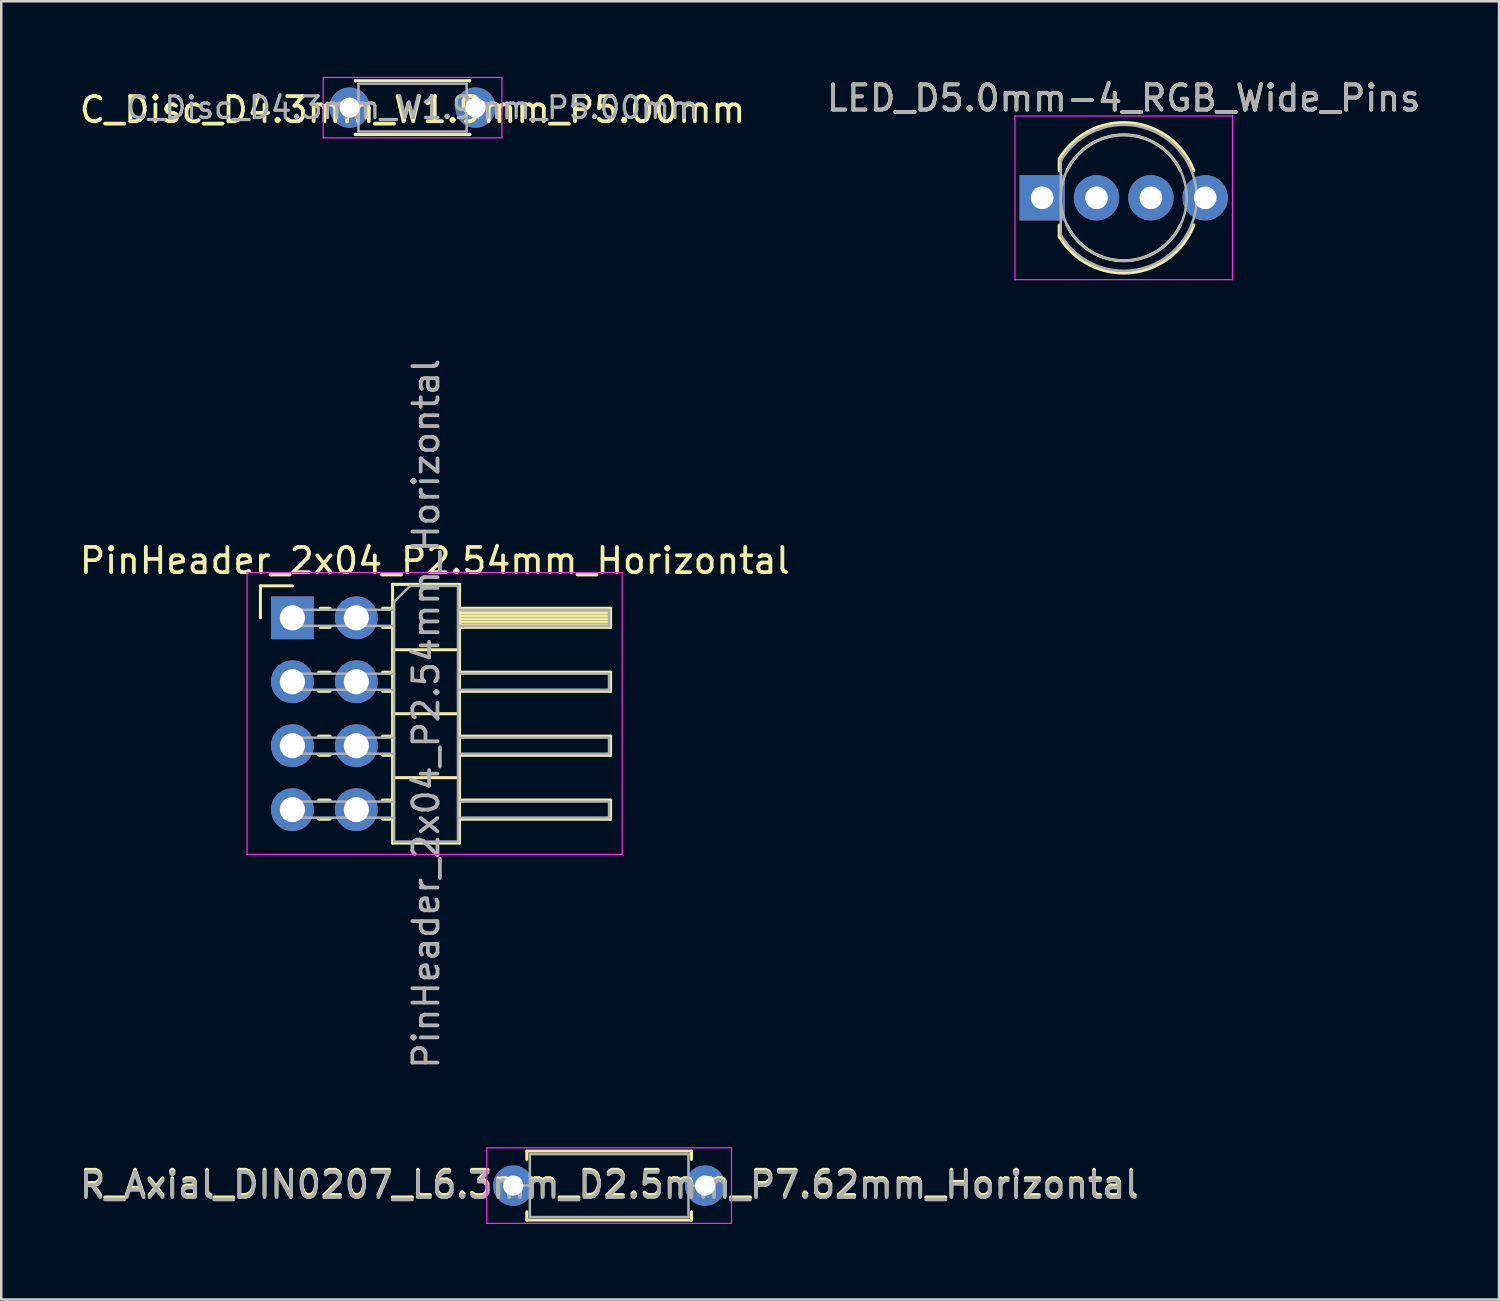
<source format=kicad_pcb>
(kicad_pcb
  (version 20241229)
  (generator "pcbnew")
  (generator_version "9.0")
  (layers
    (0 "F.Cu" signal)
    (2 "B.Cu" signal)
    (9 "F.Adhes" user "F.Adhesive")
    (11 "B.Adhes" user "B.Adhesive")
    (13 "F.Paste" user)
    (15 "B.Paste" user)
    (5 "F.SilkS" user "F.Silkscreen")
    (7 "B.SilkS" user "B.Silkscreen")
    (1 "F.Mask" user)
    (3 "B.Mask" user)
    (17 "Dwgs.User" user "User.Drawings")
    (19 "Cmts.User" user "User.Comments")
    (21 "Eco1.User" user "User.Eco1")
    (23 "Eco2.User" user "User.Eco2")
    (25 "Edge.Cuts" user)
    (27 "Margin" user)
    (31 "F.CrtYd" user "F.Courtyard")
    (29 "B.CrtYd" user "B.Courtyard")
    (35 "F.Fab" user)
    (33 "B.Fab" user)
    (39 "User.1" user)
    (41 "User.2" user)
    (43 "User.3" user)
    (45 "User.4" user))
  (footprint "C_Disc_D4.3mm_W1.9mm_P5.00mm"
    (layer "F.Cu")
    (at 10.839 1.225)
    (property "Reference" "C_Disc_D4.3mm_W1.9mm_P5.00mm" (at 2.5 0.086 180) (layer "F.SilkS") (effects (font (size 1 1) (thickness 0.15))))
    (attr through_hole)
    (fp_line (start 0.23 -1.07) (end 0.23 -1.055) (stroke (width 0.12) (type solid)) (layer "F.SilkS"))
    (fp_line (start 0.23 -1.07) (end 4.77 -1.07) (stroke (width 0.12) (type solid)) (layer "F.SilkS"))
    (fp_line (start 0.23 1.055) (end 0.23 1.07) (stroke (width 0.12) (type solid)) (layer "F.SilkS"))
    (fp_line (start 0.23 1.07) (end 4.77 1.07) (stroke (width 0.12) (type solid)) (layer "F.SilkS"))
    (fp_line (start 4.77 -1.07) (end 4.77 -1.055) (stroke (width 0.12) (type solid)) (layer "F.SilkS"))
    (fp_line (start 4.77 1.055) (end 4.77 1.07) (stroke (width 0.12) (type solid)) (layer "F.SilkS"))
    (fp_line (start -1.05 -1.2) (end -1.05 1.2) (stroke (width 0.05) (type solid)) (layer "F.CrtYd"))
    (fp_line (start -1.05 1.2) (end 6.05 1.2) (stroke (width 0.05) (type solid)) (layer "F.CrtYd"))
    (fp_line (start 6.05 -1.2) (end -1.05 -1.2) (stroke (width 0.05) (type solid)) (layer "F.CrtYd"))
    (fp_line (start 6.05 1.2) (end 6.05 -1.2) (stroke (width 0.05) (type solid)) (layer "F.CrtYd"))
    (fp_line (start 0.35 -0.95) (end 0.35 0.95) (stroke (width 0.1) (type solid)) (layer "F.Fab"))
    (fp_line (start 0.35 0.95) (end 4.65 0.95) (stroke (width 0.1) (type solid)) (layer "F.Fab"))
    (fp_line (start 4.65 -0.95) (end 0.35 -0.95) (stroke (width 0.1) (type solid)) (layer "F.Fab"))
    (fp_line (start 4.65 0.95) (end 4.65 -0.95) (stroke (width 0.1) (type solid)) (layer "F.Fab"))
    (fp_text user "${REFERENCE}" (at 2.5 0 180) (layer "F.Fab") (effects (font (size 0.86 0.86) (thickness 0.129))))
    (pad "1" thru_hole circle (at 0 0) (size 1.6 1.6) (drill 0.8) (layers "*.Cu" "*.Mask"))
    (pad "2" thru_hole circle (at 5 0) (size 1.6 1.6) (drill 0.8) (layers "*.Cu" "*.Mask")))
  (footprint "PinHeader_2x04_P2.54mm_Horizontal"
    (layer "F.Cu")
    (at 8.565 21.493)
    (property "Reference" "PinHeader_2x04_P2.54mm_Horizontal" (at 5.655 -2.27 0) (layer "F.SilkS") (effects (font (size 1 1) (thickness 0.15))))
    (attr through_hole)
    (fp_line (start -1.27 -1.27) (end 0 -1.27) (stroke (width 0.12) (type solid)) (layer "F.SilkS"))
    (fp_line (start -1.27 0) (end -1.27 -1.27) (stroke (width 0.12) (type solid)) (layer "F.SilkS"))
    (fp_line (start 1.043 2.16) (end 1.497 2.16) (stroke (width 0.12) (type solid)) (layer "F.SilkS"))
    (fp_line (start 1.043 2.92) (end 1.497 2.92) (stroke (width 0.12) (type solid)) (layer "F.SilkS"))
    (fp_line (start 1.043 4.7) (end 1.497 4.7) (stroke (width 0.12) (type solid)) (layer "F.SilkS"))
    (fp_line (start 1.043 5.46) (end 1.497 5.46) (stroke (width 0.12) (type solid)) (layer "F.SilkS"))
    (fp_line (start 1.043 7.24) (end 1.497 7.24) (stroke (width 0.12) (type solid)) (layer "F.SilkS"))
    (fp_line (start 1.043 8) (end 1.497 8) (stroke (width 0.12) (type solid)) (layer "F.SilkS"))
    (fp_line (start 1.11 -0.38) (end 1.497 -0.38) (stroke (width 0.12) (type solid)) (layer "F.SilkS"))
    (fp_line (start 1.11 0.38) (end 1.497 0.38) (stroke (width 0.12) (type solid)) (layer "F.SilkS"))
    (fp_line (start 3.583 -0.38) (end 3.98 -0.38) (stroke (width 0.12) (type solid)) (layer "F.SilkS"))
    (fp_line (start 3.583 0.38) (end 3.98 0.38) (stroke (width 0.12) (type solid)) (layer "F.SilkS"))
    (fp_line (start 3.583 2.16) (end 3.98 2.16) (stroke (width 0.12) (type solid)) (layer "F.SilkS"))
    (fp_line (start 3.583 2.92) (end 3.98 2.92) (stroke (width 0.12) (type solid)) (layer "F.SilkS"))
    (fp_line (start 3.583 4.7) (end 3.98 4.7) (stroke (width 0.12) (type solid)) (layer "F.SilkS"))
    (fp_line (start 3.583 5.46) (end 3.98 5.46) (stroke (width 0.12) (type solid)) (layer "F.SilkS"))
    (fp_line (start 3.583 7.24) (end 3.98 7.24) (stroke (width 0.12) (type solid)) (layer "F.SilkS"))
    (fp_line (start 3.583 8) (end 3.98 8) (stroke (width 0.12) (type solid)) (layer "F.SilkS"))
    (fp_line (start 3.98 -1.33) (end 3.98 8.95) (stroke (width 0.12) (type solid)) (layer "F.SilkS"))
    (fp_line (start 3.98 1.27) (end 6.64 1.27) (stroke (width 0.12) (type solid)) (layer "F.SilkS"))
    (fp_line (start 3.98 3.81) (end 6.64 3.81) (stroke (width 0.12) (type solid)) (layer "F.SilkS"))
    (fp_line (start 3.98 6.35) (end 6.64 6.35) (stroke (width 0.12) (type solid)) (layer "F.SilkS"))
    (fp_line (start 3.98 8.95) (end 6.64 8.95) (stroke (width 0.12) (type solid)) (layer "F.SilkS"))
    (fp_line (start 6.64 -1.33) (end 3.98 -1.33) (stroke (width 0.12) (type solid)) (layer "F.SilkS"))
    (fp_line (start 6.64 -0.38) (end 12.64 -0.38) (stroke (width 0.12) (type solid)) (layer "F.SilkS"))
    (fp_line (start 6.64 -0.32) (end 12.64 -0.32) (stroke (width 0.12) (type solid)) (layer "F.SilkS"))
    (fp_line (start 6.64 -0.2) (end 12.64 -0.2) (stroke (width 0.12) (type solid)) (layer "F.SilkS"))
    (fp_line (start 6.64 -0.08) (end 12.64 -0.08) (stroke (width 0.12) (type solid)) (layer "F.SilkS"))
    (fp_line (start 6.64 0.04) (end 12.64 0.04) (stroke (width 0.12) (type solid)) (layer "F.SilkS"))
    (fp_line (start 6.64 0.16) (end 12.64 0.16) (stroke (width 0.12) (type solid)) (layer "F.SilkS"))
    (fp_line (start 6.64 0.28) (end 12.64 0.28) (stroke (width 0.12) (type solid)) (layer "F.SilkS"))
    (fp_line (start 6.64 2.16) (end 12.64 2.16) (stroke (width 0.12) (type solid)) (layer "F.SilkS"))
    (fp_line (start 6.64 4.7) (end 12.64 4.7) (stroke (width 0.12) (type solid)) (layer "F.SilkS"))
    (fp_line (start 6.64 7.24) (end 12.64 7.24) (stroke (width 0.12) (type solid)) (layer "F.SilkS"))
    (fp_line (start 6.64 8.95) (end 6.64 -1.33) (stroke (width 0.12) (type solid)) (layer "F.SilkS"))
    (fp_line (start 12.64 -0.38) (end 12.64 0.38) (stroke (width 0.12) (type solid)) (layer "F.SilkS"))
    (fp_line (start 12.64 0.38) (end 6.64 0.38) (stroke (width 0.12) (type solid)) (layer "F.SilkS"))
    (fp_line (start 12.64 2.16) (end 12.64 2.92) (stroke (width 0.12) (type solid)) (layer "F.SilkS"))
    (fp_line (start 12.64 2.92) (end 6.64 2.92) (stroke (width 0.12) (type solid)) (layer "F.SilkS"))
    (fp_line (start 12.64 4.7) (end 12.64 5.46) (stroke (width 0.12) (type solid)) (layer "F.SilkS"))
    (fp_line (start 12.64 5.46) (end 6.64 5.46) (stroke (width 0.12) (type solid)) (layer "F.SilkS"))
    (fp_line (start 12.64 7.24) (end 12.64 8) (stroke (width 0.12) (type solid)) (layer "F.SilkS"))
    (fp_line (start 12.64 8) (end 6.64 8) (stroke (width 0.12) (type solid)) (layer "F.SilkS"))
    (fp_line (start -1.8 -1.8) (end -1.8 9.4) (stroke (width 0.05) (type solid)) (layer "F.CrtYd"))
    (fp_line (start -1.8 9.4) (end 13.1 9.4) (stroke (width 0.05) (type solid)) (layer "F.CrtYd"))
    (fp_line (start 13.1 -1.8) (end -1.8 -1.8) (stroke (width 0.05) (type solid)) (layer "F.CrtYd"))
    (fp_line (start 13.1 9.4) (end 13.1 -1.8) (stroke (width 0.05) (type solid)) (layer "F.CrtYd"))
    (fp_line (start -0.32 -0.32) (end -0.32 0.32) (stroke (width 0.1) (type solid)) (layer "F.Fab"))
    (fp_line (start -0.32 -0.32) (end 4.04 -0.32) (stroke (width 0.1) (type solid)) (layer "F.Fab"))
    (fp_line (start -0.32 0.32) (end 4.04 0.32) (stroke (width 0.1) (type solid)) (layer "F.Fab"))
    (fp_line (start -0.32 2.22) (end -0.32 2.86) (stroke (width 0.1) (type solid)) (layer "F.Fab"))
    (fp_line (start -0.32 2.22) (end 4.04 2.22) (stroke (width 0.1) (type solid)) (layer "F.Fab"))
    (fp_line (start -0.32 2.86) (end 4.04 2.86) (stroke (width 0.1) (type solid)) (layer "F.Fab"))
    (fp_line (start -0.32 4.76) (end -0.32 5.4) (stroke (width 0.1) (type solid)) (layer "F.Fab"))
    (fp_line (start -0.32 4.76) (end 4.04 4.76) (stroke (width 0.1) (type solid)) (layer "F.Fab"))
    (fp_line (start -0.32 5.4) (end 4.04 5.4) (stroke (width 0.1) (type solid)) (layer "F.Fab"))
    (fp_line (start -0.32 7.3) (end -0.32 7.94) (stroke (width 0.1) (type solid)) (layer "F.Fab"))
    (fp_line (start -0.32 7.3) (end 4.04 7.3) (stroke (width 0.1) (type solid)) (layer "F.Fab"))
    (fp_line (start -0.32 7.94) (end 4.04 7.94) (stroke (width 0.1) (type solid)) (layer "F.Fab"))
    (fp_line (start 4.04 -0.635) (end 4.675 -1.27) (stroke (width 0.1) (type solid)) (layer "F.Fab"))
    (fp_line (start 4.04 8.89) (end 4.04 -0.635) (stroke (width 0.1) (type solid)) (layer "F.Fab"))
    (fp_line (start 4.675 -1.27) (end 6.58 -1.27) (stroke (width 0.1) (type solid)) (layer "F.Fab"))
    (fp_line (start 6.58 -1.27) (end 6.58 8.89) (stroke (width 0.1) (type solid)) (layer "F.Fab"))
    (fp_line (start 6.58 -0.32) (end 12.58 -0.32) (stroke (width 0.1) (type solid)) (layer "F.Fab"))
    (fp_line (start 6.58 0.32) (end 12.58 0.32) (stroke (width 0.1) (type solid)) (layer "F.Fab"))
    (fp_line (start 6.58 2.22) (end 12.58 2.22) (stroke (width 0.1) (type solid)) (layer "F.Fab"))
    (fp_line (start 6.58 2.86) (end 12.58 2.86) (stroke (width 0.1) (type solid)) (layer "F.Fab"))
    (fp_line (start 6.58 4.76) (end 12.58 4.76) (stroke (width 0.1) (type solid)) (layer "F.Fab"))
    (fp_line (start 6.58 5.4) (end 12.58 5.4) (stroke (width 0.1) (type solid)) (layer "F.Fab"))
    (fp_line (start 6.58 7.3) (end 12.58 7.3) (stroke (width 0.1) (type solid)) (layer "F.Fab"))
    (fp_line (start 6.58 7.94) (end 12.58 7.94) (stroke (width 0.1) (type solid)) (layer "F.Fab"))
    (fp_line (start 6.58 8.89) (end 4.04 8.89) (stroke (width 0.1) (type solid)) (layer "F.Fab"))
    (fp_line (start 12.58 -0.32) (end 12.58 0.32) (stroke (width 0.1) (type solid)) (layer "F.Fab"))
    (fp_line (start 12.58 2.22) (end 12.58 2.86) (stroke (width 0.1) (type solid)) (layer "F.Fab"))
    (fp_line (start 12.58 4.76) (end 12.58 5.4) (stroke (width 0.1) (type solid)) (layer "F.Fab"))
    (fp_line (start 12.58 7.3) (end 12.58 7.94) (stroke (width 0.1) (type solid)) (layer "F.Fab"))
    (fp_text user "${REFERENCE}" (at 5.31 3.81 90) (layer "F.Fab") (effects (font (size 1 1) (thickness 0.15))))
    (pad "1" thru_hole rect (at 0 0) (size 1.7 1.7) (drill 1) (layers "*.Cu" "*.Mask"))
    (pad "2" thru_hole oval (at 2.54 0) (size 1.7 1.7) (drill 1) (layers "*.Cu" "*.Mask"))
    (pad "3" thru_hole oval (at 0 2.54) (size 1.7 1.7) (drill 1) (layers "*.Cu" "*.Mask"))
    (pad "4" thru_hole oval (at 2.54 2.54) (size 1.7 1.7) (drill 1) (layers "*.Cu" "*.Mask"))
    (pad "5" thru_hole oval (at 0 5.08) (size 1.7 1.7) (drill 1) (layers "*.Cu" "*.Mask"))
    (pad "6" thru_hole oval (at 2.54 5.08) (size 1.7 1.7) (drill 1) (layers "*.Cu" "*.Mask"))
    (pad "7" thru_hole oval (at 0 7.62) (size 1.7 1.7) (drill 1) (layers "*.Cu" "*.Mask"))
    (pad "8" thru_hole oval (at 2.54 7.62) (size 1.7 1.7) (drill 1) (layers "*.Cu" "*.Mask")))
  (footprint "LED_D5.0mm-4_RGB_Wide_Pins"
    (layer "F.Cu")
    (at 38.351 4.808)
    (property "Reference" "LED_D5.0mm-4_RGB_Wide_Pins" (at 3.239 -3.96 0) (layer "F.SilkS") (effects (font (size 1 1) (thickness 0.15))))
    (attr through_hole)
    (fp_line (start 0.678 -1.545) (end 0.678 -1.08) (stroke (width 0.12) (type solid)) (layer "F.SilkS"))
    (fp_line (start 0.678 1.08) (end 0.678 1.545) (stroke (width 0.12) (type solid)) (layer "F.SilkS"))
    (fp_arc (start 0.6785 -1.54483) (mid 3.496956 -2.978809) (end 6.026315 -1.080827) (stroke (width 0.12) (type solid)) (layer "F.SilkS"))
    (fp_arc (start 0.983816 -1.08) (mid 3.238262 -2.5) (end 5.492979 -1.080429) (stroke (width 0.12) (type solid)) (layer "F.SilkS"))
    (fp_arc (start 5.492979 1.080429) (mid 3.238262 2.5) (end 0.983816 1.08) (stroke (width 0.12) (type solid)) (layer "F.SilkS"))
    (fp_arc (start 6.026315 1.080827) (mid 3.496956 2.978808) (end 0.6785 1.54483) (stroke (width 0.12) (type solid)) (layer "F.SilkS"))
    (fp_line (start -1.08 -3.25) (end -1.08 3.25) (stroke (width 0.05) (type solid)) (layer "F.CrtYd"))
    (fp_line (start -1.08 3.25) (end 7.56 3.25) (stroke (width 0.05) (type solid)) (layer "F.CrtYd"))
    (fp_line (start 7.56 -3.25) (end -1.08 -3.25) (stroke (width 0.05) (type solid)) (layer "F.CrtYd"))
    (fp_line (start 7.56 3.25) (end 7.56 -3.25) (stroke (width 0.05) (type solid)) (layer "F.CrtYd"))
    (fp_line (start 0.739 -1.47) (end 0.739 1.47) (stroke (width 0.1) (type solid)) (layer "F.Fab"))
    (fp_arc (start 0.7385 -1.469694) (mid 6.1385 0.000016) (end 0.738484 1.469666) (stroke (width 0.1) (type solid)) (layer "F.Fab"))
    (fp_circle (center 3.239 0) (end 5.739 0) (stroke (width 0.1) (type solid)) (fill no) (layer "F.Fab"))
    (fp_text user "${REFERENCE}" (at 3.239 -3.96 0) (layer "F.Fab") (effects (font (size 1 1) (thickness 0.15))))
    (pad "1" thru_hole rect (at 0 0) (size 1.8 1.8) (drill 0.9) (layers "*.Cu" "*.Mask"))
    (pad "2" thru_hole circle (at 2.159 0) (size 1.8 1.8) (drill 0.9) (layers "*.Cu" "*.Mask"))
    (pad "3" thru_hole circle (at 4.318 0) (size 1.8 1.8) (drill 0.9) (layers "*.Cu" "*.Mask"))
    (pad "4" thru_hole circle (at 6.477 0) (size 1.8 1.8) (drill 0.9) (layers "*.Cu" "*.Mask")))
  (footprint "R_Axial_DIN0207_L6.3mm_D2.5mm_P7.62mm_Horizontal"
    (layer "F.Cu")
    (at 17.339 44.049)
    (property "Reference" "R_Axial_DIN0207_L6.3mm_D2.5mm_P7.62mm_Horizontal" (at 3.81 -0.084 0) (layer "F.SilkS") (effects (font (size 1 1) (thickness 0.15))))
    (attr through_hole)
    (fp_line (start 0.54 -1.37) (end 7.08 -1.37) (stroke (width 0.12) (type solid)) (layer "F.SilkS"))
    (fp_line (start 0.54 -1.04) (end 0.54 -1.37) (stroke (width 0.12) (type solid)) (layer "F.SilkS"))
    (fp_line (start 0.54 1.04) (end 0.54 1.37) (stroke (width 0.12) (type solid)) (layer "F.SilkS"))
    (fp_line (start 0.54 1.37) (end 7.08 1.37) (stroke (width 0.12) (type solid)) (layer "F.SilkS"))
    (fp_line (start 7.08 -1.37) (end 7.08 -1.04) (stroke (width 0.12) (type solid)) (layer "F.SilkS"))
    (fp_line (start 7.08 1.37) (end 7.08 1.04) (stroke (width 0.12) (type solid)) (layer "F.SilkS"))
    (fp_line (start -1.05 -1.5) (end -1.05 1.5) (stroke (width 0.05) (type solid)) (layer "F.CrtYd"))
    (fp_line (start -1.05 1.5) (end 8.67 1.5) (stroke (width 0.05) (type solid)) (layer "F.CrtYd"))
    (fp_line (start 8.67 -1.5) (end -1.05 -1.5) (stroke (width 0.05) (type solid)) (layer "F.CrtYd"))
    (fp_line (start 8.67 1.5) (end 8.67 -1.5) (stroke (width 0.05) (type solid)) (layer "F.CrtYd"))
    (fp_line (start 0 0) (end 0.66 0) (stroke (width 0.1) (type solid)) (layer "F.Fab"))
    (fp_line (start 0.66 -1.25) (end 0.66 1.25) (stroke (width 0.1) (type solid)) (layer "F.Fab"))
    (fp_line (start 0.66 1.25) (end 6.96 1.25) (stroke (width 0.1) (type solid)) (layer "F.Fab"))
    (fp_line (start 6.96 -1.25) (end 0.66 -1.25) (stroke (width 0.1) (type solid)) (layer "F.Fab"))
    (fp_line (start 6.96 1.25) (end 6.96 -1.25) (stroke (width 0.1) (type solid)) (layer "F.Fab"))
    (fp_line (start 7.62 0) (end 6.96 0) (stroke (width 0.1) (type solid)) (layer "F.Fab"))
    (fp_text user "${REFERENCE}" (at 3.81 0 0) (layer "F.Fab") (effects (font (size 1 1) (thickness 0.15))))
    (pad "1" thru_hole circle (at 0 0) (size 1.6 1.6) (drill 0.8) (layers "*.Cu" "*.Mask"))
    (pad "2" thru_hole oval (at 7.62 0) (size 1.6 1.6) (drill 0.8) (layers "*.Cu" "*.Mask")))
  (gr_rect
    (start -3 -3)
    (end 56.5 48.574)
    (stroke (width 0.1) (type default))
    (fill no)
    (layer "Edge.Cuts")))
</source>
